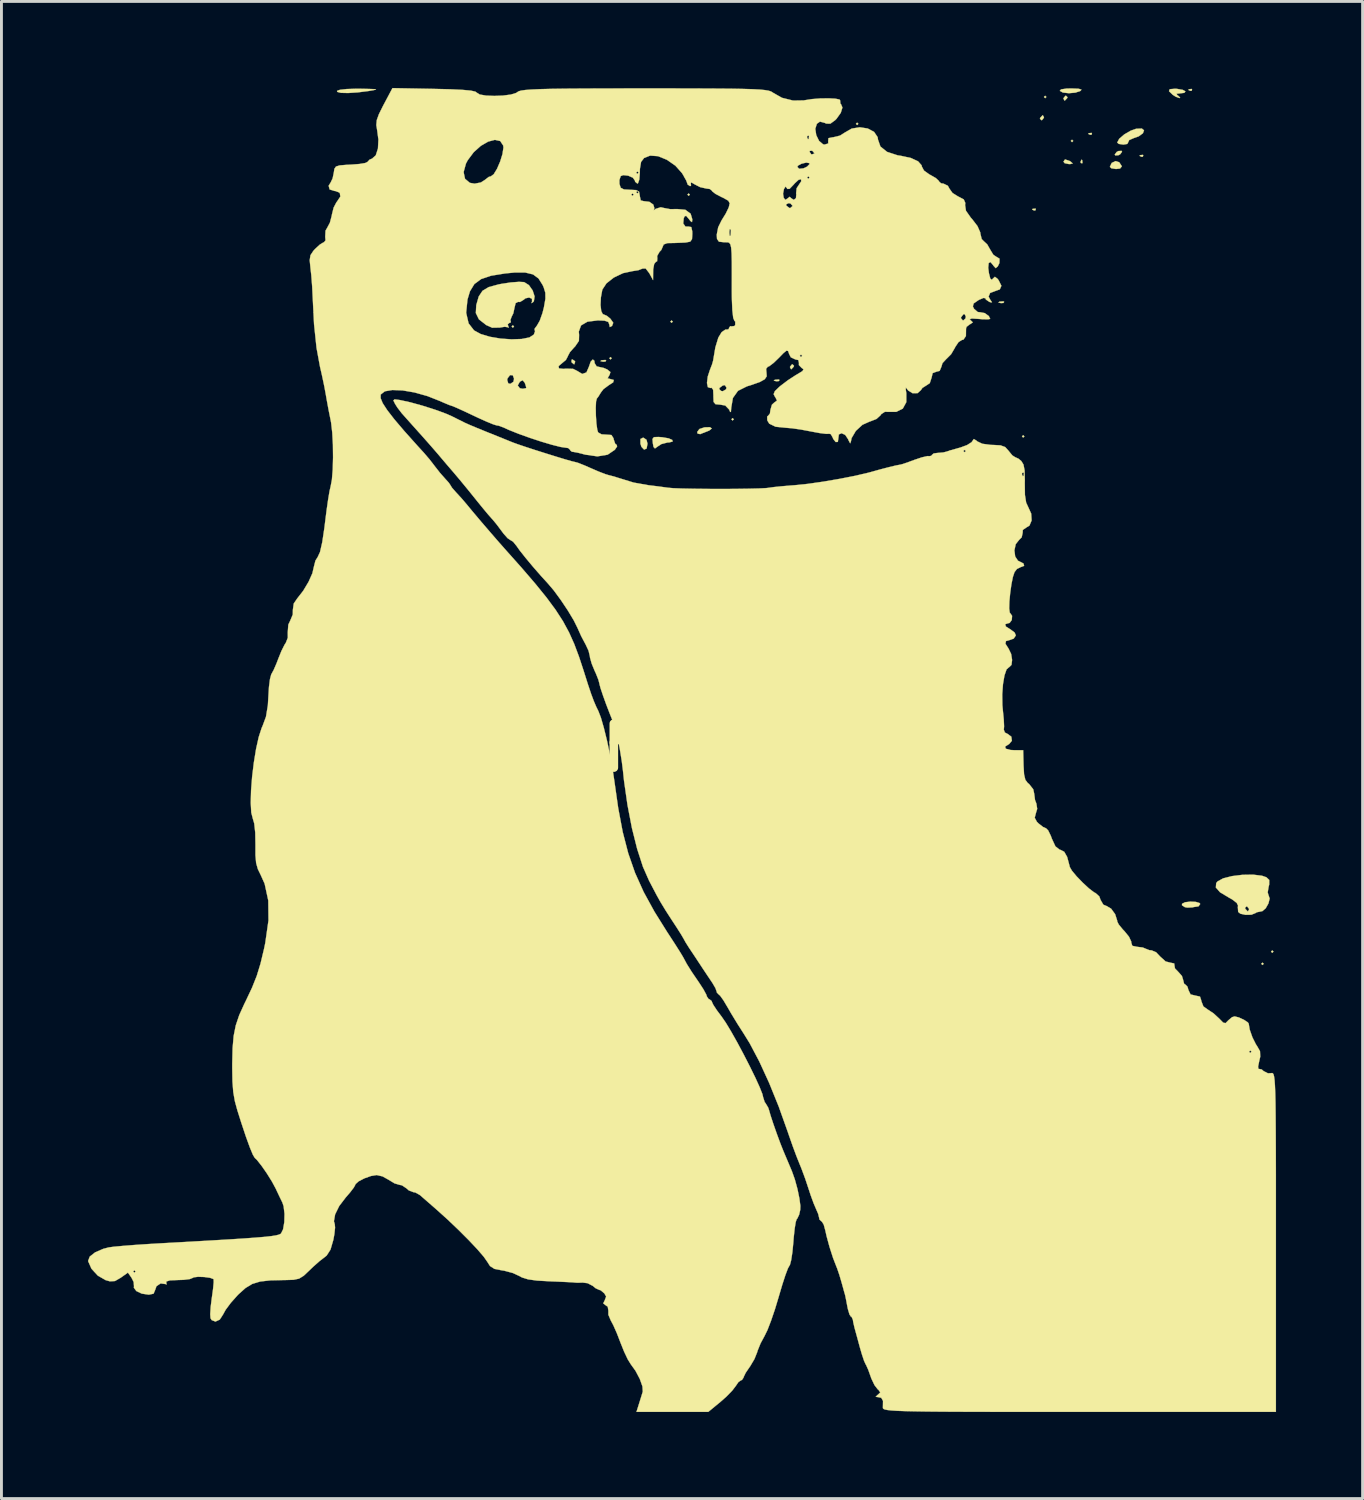
<source format=kicad_pcb>
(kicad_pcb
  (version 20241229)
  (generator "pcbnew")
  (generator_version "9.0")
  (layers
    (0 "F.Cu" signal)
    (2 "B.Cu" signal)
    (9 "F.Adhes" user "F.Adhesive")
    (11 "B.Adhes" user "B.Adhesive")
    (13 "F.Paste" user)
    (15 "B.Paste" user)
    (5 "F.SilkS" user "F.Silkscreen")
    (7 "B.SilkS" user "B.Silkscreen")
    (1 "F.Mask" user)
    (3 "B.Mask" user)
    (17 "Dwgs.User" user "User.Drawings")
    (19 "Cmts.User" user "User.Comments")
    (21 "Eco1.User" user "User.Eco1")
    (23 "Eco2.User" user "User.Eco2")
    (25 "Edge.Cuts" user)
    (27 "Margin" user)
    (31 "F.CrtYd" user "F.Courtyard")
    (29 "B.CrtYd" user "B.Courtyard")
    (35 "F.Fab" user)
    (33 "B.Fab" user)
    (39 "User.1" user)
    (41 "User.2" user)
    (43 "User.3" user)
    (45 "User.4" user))
  (footprint "rat_hold"
    (layer "F.Cu")
    (at 18.161 22.876)
    (property "Reference" "rat_hold" (at 0 0 0) (layer "F.SilkS") (effects (font (size 1.524 1.524) (thickness 0.3))))
    (attr through_hole)
    (fp_poly (pts (xy -3.387 -14.605) (xy -3.429 -14.563) (xy -3.471 -14.605) (xy -3.429 -14.647) (xy -3.387 -14.605)) (stroke (width 0.01) (type solid)) (fill yes) (layer "F.SilkS"))
    (fp_poly (pts (xy 0 -13.504) (xy -0.042 -13.462) (xy -0.085 -13.504) (xy -0.042 -13.547) (xy 0 -13.504)) (stroke (width 0.01) (type solid)) (fill yes) (layer "F.SilkS"))
    (fp_poly (pts (xy 2.117 -14.774) (xy 2.074 -14.732) (xy 2.032 -14.774) (xy 2.074 -14.817) (xy 2.117 -14.774)) (stroke (width 0.01) (type solid)) (fill yes) (layer "F.SilkS"))
    (fp_poly (pts (xy 2.709 -19.177) (xy 2.667 -19.135) (xy 2.625 -19.177) (xy 2.667 -19.219) (xy 2.709 -19.177)) (stroke (width 0.01) (type solid)) (fill yes) (layer "F.SilkS"))
    (fp_poly (pts (xy 4.233 -11.388) (xy 4.191 -11.345) (xy 4.149 -11.388) (xy 4.191 -11.43) (xy 4.233 -11.388)) (stroke (width 0.01) (type solid)) (fill yes) (layer "F.SilkS"))
    (fp_poly (pts (xy 8.551 -21.632) (xy 8.509 -21.59) (xy 8.467 -21.632) (xy 8.509 -21.675) (xy 8.551 -21.632)) (stroke (width 0.01) (type solid)) (fill yes) (layer "F.SilkS"))
    (fp_poly (pts (xy 14.309 -10.795) (xy 14.266 -10.753) (xy 14.224 -10.795) (xy 14.266 -10.837) (xy 14.309 -10.795)) (stroke (width 0.01) (type solid)) (fill yes) (layer "F.SilkS"))
    (fp_poly (pts (xy 15.071 -22.564) (xy 15.028 -22.521) (xy 14.986 -22.564) (xy 15.028 -22.606) (xy 15.071 -22.564)) (stroke (width 0.01) (type solid)) (fill yes) (layer "F.SilkS"))
    (fp_poly (pts (xy 16.002 -21.04) (xy 15.96 -20.997) (xy 15.917 -21.04) (xy 15.96 -21.082) (xy 16.002 -21.04)) (stroke (width 0.01) (type solid)) (fill yes) (layer "F.SilkS"))
    (fp_poly (pts (xy 22.606 7.493) (xy 22.564 7.535) (xy 22.521 7.493) (xy 22.564 7.451) (xy 22.606 7.493)) (stroke (width 0.01) (type solid)) (fill yes) (layer "F.SilkS"))
    (fp_poly (pts (xy 22.945 7.07) (xy 22.902 7.112) (xy 22.86 7.07) (xy 22.902 7.027) (xy 22.945 7.07)) (stroke (width 0.01) (type solid)) (fill yes) (layer "F.SilkS"))
    (fp_poly (pts (xy -0.192 -13.428) (xy -0.218 -13.39) (xy -0.303 -13.384) (xy -0.394 -13.405) (xy -0.355 -13.435) (xy -0.222 -13.445) (xy -0.192 -13.428)) (stroke (width 0.01) (type solid)) (fill yes) (layer "F.SilkS"))
    (fp_poly (pts (xy 5.819 -12.751) (xy 5.794 -12.713) (xy 5.708 -12.707) (xy 5.618 -12.727) (xy 5.657 -12.758) (xy 5.789 -12.768) (xy 5.819 -12.751)) (stroke (width 0.01) (type solid)) (fill yes) (layer "F.SilkS"))
    (fp_poly (pts (xy 13.608 -15.46) (xy 13.583 -15.422) (xy 13.497 -15.416) (xy 13.407 -15.437) (xy 13.446 -15.467) (xy 13.578 -15.477) (xy 13.608 -15.46)) (stroke (width 0.01) (type solid)) (fill yes) (layer "F.SilkS"))
    (fp_poly (pts (xy 14.704 -18.683) (xy 14.692 -18.633) (xy 14.647 -18.627) (xy 14.578 -18.658) (xy 14.591 -18.683) (xy 14.691 -18.693) (xy 14.704 -18.683)) (stroke (width 0.01) (type solid)) (fill yes) (layer "F.SilkS"))
    (fp_poly (pts (xy 16.312 -20.376) (xy 16.323 -20.276) (xy 16.312 -20.264) (xy 16.262 -20.275) (xy 16.256 -20.32) (xy 16.287 -20.39) (xy 16.312 -20.376)) (stroke (width 0.01) (type solid)) (fill yes) (layer "F.SilkS"))
    (fp_poly (pts (xy 16.651 -21.308) (xy 16.639 -21.257) (xy 16.595 -21.251) (xy 16.525 -21.282) (xy 16.538 -21.308) (xy 16.639 -21.318) (xy 16.651 -21.308)) (stroke (width 0.01) (type solid)) (fill yes) (layer "F.SilkS"))
    (fp_poly (pts (xy 18.429 -20.546) (xy 18.417 -20.495) (xy 18.373 -20.489) (xy 18.303 -20.52) (xy 18.316 -20.546) (xy 18.417 -20.556) (xy 18.429 -20.546)) (stroke (width 0.01) (type solid)) (fill yes) (layer "F.SilkS"))
    (fp_poly (pts (xy 20.122 -22.832) (xy 20.111 -22.781) (xy 20.066 -22.775) (xy 19.996 -22.806) (xy 20.01 -22.832) (xy 20.11 -22.842) (xy 20.122 -22.832)) (stroke (width 0.01) (type solid)) (fill yes) (layer "F.SilkS"))
    (fp_poly (pts (xy -1.273 -13.401) (xy -1.27 -13.377) (xy -1.299 -13.295) (xy -1.307 -13.293) (xy -1.38 -13.352) (xy -1.397 -13.377) (xy -1.39 -13.455) (xy -1.36 -13.462) (xy -1.273 -13.401)) (stroke (width 0.01) (type solid)) (fill yes) (layer "F.SilkS"))
    (fp_poly (pts (xy 1.206 -10.678) (xy 1.24 -10.541) (xy 1.209 -10.373) (xy 1.122 -10.336) (xy 1.03 -10.432) (xy 0.995 -10.541) (xy 0.995 -10.705) (xy 1.091 -10.753) (xy 1.206 -10.678)) (stroke (width 0.01) (type solid)) (fill yes) (layer "F.SilkS"))
    (fp_poly (pts (xy 6.321 -13.241) (xy 6.308 -13.208) (xy 6.232 -13.127) (xy 6.218 -13.123) (xy 6.182 -13.189) (xy 6.181 -13.208) (xy 6.246 -13.289) (xy 6.27 -13.293) (xy 6.321 -13.241)) (stroke (width 0.01) (type solid)) (fill yes) (layer "F.SilkS"))
    (fp_poly (pts (xy 14.985 -21.863) (xy 14.986 -21.844) (xy 14.921 -21.763) (xy 14.896 -21.759) (xy 14.846 -21.811) (xy 14.859 -21.844) (xy 14.935 -21.925) (xy 14.949 -21.929) (xy 14.985 -21.863)) (stroke (width 0.01) (type solid)) (fill yes) (layer "F.SilkS"))
    (fp_poly (pts (xy 15.804 -22.554) (xy 15.79 -22.521) (xy 15.714 -22.441) (xy 15.701 -22.437) (xy 15.664 -22.502) (xy 15.663 -22.521) (xy 15.728 -22.603) (xy 15.753 -22.606) (xy 15.804 -22.554)) (stroke (width 0.01) (type solid)) (fill yes) (layer "F.SilkS"))
    (fp_poly (pts (xy 15.871 -20.348) (xy 15.917 -20.32) (xy 15.984 -20.258) (xy 15.9 -20.238) (xy 15.854 -20.237) (xy 15.705 -20.267) (xy 15.663 -20.32) (xy 15.717 -20.399) (xy 15.871 -20.348)) (stroke (width 0.01) (type solid)) (fill yes) (layer "F.SilkS"))
    (fp_poly (pts (xy 17.596 -20.301) (xy 17.689 -20.16) (xy 17.626 -20.082) (xy 17.484 -20.066) (xy 17.324 -20.091) (xy 17.272 -20.14) (xy 17.335 -20.277) (xy 17.472 -20.341) (xy 17.596 -20.301)) (stroke (width 0.01) (type solid)) (fill yes) (layer "F.SilkS"))
    (fp_poly (pts (xy 17.695 -20.665) (xy 17.628 -20.575) (xy 17.568 -20.543) (xy 17.459 -20.537) (xy 17.441 -20.568) (xy 17.509 -20.658) (xy 17.568 -20.689) (xy 17.678 -20.695) (xy 17.695 -20.665)) (stroke (width 0.01) (type solid)) (fill yes) (layer "F.SilkS"))
    (fp_poly (pts (xy 3.469 -11.07) (xy 3.384 -10.999) (xy 3.323 -10.974) (xy 3.137 -10.902) (xy 3.069 -10.873) (xy 2.977 -10.892) (xy 2.963 -10.948) (xy 3.04 -11.051) (xy 3.217 -11.109) (xy 3.407 -11.114) (xy 3.469 -11.07)) (stroke (width 0.01) (type solid)) (fill yes) (layer "F.SilkS"))
    (fp_poly (pts (xy 16.189 -22.849) (xy 16.287 -22.819) (xy 16.256 -22.775) (xy 16.078 -22.714) (xy 15.849 -22.694) (xy 15.643 -22.717) (xy 15.536 -22.775) (xy 15.579 -22.827) (xy 15.77 -22.855) (xy 15.934 -22.859) (xy 16.189 -22.849)) (stroke (width 0.01) (type solid)) (fill yes) (layer "F.SilkS"))
    (fp_poly (pts (xy 20.254 5.346) (xy 20.384 5.386) (xy 20.405 5.419) (xy 20.345 5.501) (xy 20.327 5.503) (xy 20.178 5.525) (xy 20.136 5.536) (xy 19.959 5.544) (xy 19.874 5.529) (xy 19.772 5.463) (xy 19.774 5.412) (xy 19.879 5.358) (xy 20.063 5.336) (xy 20.254 5.346)) (stroke (width 0.01) (type solid)) (fill yes) (layer "F.SilkS"))
    (fp_poly (pts (xy -8.737 -22.849) (xy -8.397 -22.842) (xy -8.213 -22.834) (xy -8.173 -22.82) (xy -8.264 -22.798) (xy -8.424 -22.771) (xy -8.812 -22.722) (xy -9.143 -22.701) (xy -9.389 -22.707) (xy -9.518 -22.74) (xy -9.525 -22.775) (xy -9.421 -22.813) (xy -9.188 -22.839) (xy -8.865 -22.849) (xy -8.737 -22.849)) (stroke (width 0.01) (type solid)) (fill yes) (layer "F.SilkS"))
    (fp_poly (pts (xy 1.753 -10.765) (xy 1.973 -10.727) (xy 2.1 -10.671) (xy 2.112 -10.616) (xy 1.989 -10.585) (xy 1.933 -10.583) (xy 1.721 -10.528) (xy 1.604 -10.452) (xy 1.499 -10.376) (xy 1.449 -10.428) (xy 1.425 -10.558) (xy 1.413 -10.705) (xy 1.463 -10.769) (xy 1.618 -10.775) (xy 1.753 -10.765)) (stroke (width 0.01) (type solid)) (fill yes) (layer "F.SilkS"))
    (fp_poly (pts (xy 18.457 -21.407) (xy 18.418 -21.305) (xy 18.273 -21.199) (xy 18.094 -21.135) (xy 17.942 -21.07) (xy 17.909 -20.995) (xy 17.876 -20.935) (xy 17.743 -20.913) (xy 17.581 -20.936) (xy 17.526 -20.983) (xy 17.596 -21.114) (xy 17.771 -21.265) (xy 17.997 -21.396) (xy 18.182 -21.461) (xy 18.381 -21.469) (xy 18.457 -21.407)) (stroke (width 0.01) (type solid)) (fill yes) (layer "F.SilkS"))
    (fp_poly (pts (xy 19.6 -22.845) (xy 19.803 -22.81) (xy 19.893 -22.756) (xy 19.854 -22.707) (xy 19.706 -22.689) (xy 19.582 -22.676) (xy 19.613 -22.626) (xy 19.643 -22.606) (xy 19.71 -22.54) (xy 19.685 -22.525) (xy 19.555 -22.573) (xy 19.452 -22.639) (xy 19.322 -22.765) (xy 19.347 -22.833) (xy 19.531 -22.849) (xy 19.6 -22.845)) (stroke (width 0.01) (type solid)) (fill yes) (layer "F.SilkS"))
    (fp_poly (pts (xy -3.036 -16.144) (xy -2.871 -16.04) (xy -2.742 -15.855) (xy -2.675 -15.65) (xy -2.699 -15.484) (xy -2.722 -15.455) (xy -2.785 -15.413) (xy -2.765 -15.464) (xy -2.766 -15.566) (xy -2.865 -15.61) (xy -2.995 -15.581) (xy -3.048 -15.536) (xy -3.18 -15.455) (xy -3.247 -15.459) (xy -3.331 -15.418) (xy -3.368 -15.272) (xy -3.412 -15.063) (xy -3.471 -14.944) (xy -3.515 -14.826) (xy -3.499 -14.788) (xy -3.509 -14.737) (xy -3.547 -14.732) (xy -3.607 -14.678) (xy -3.59 -14.626) (xy -3.568 -14.562) (xy -3.591 -14.576) (xy -3.71 -14.596) (xy -3.88 -14.568) (xy -4.146 -14.563) (xy -4.354 -14.656) (xy -4.606 -14.854) (xy -4.712 -15.072) (xy -4.697 -15.349) (xy -4.612 -15.646) (xy -4.481 -15.843) (xy -4.267 -15.971) (xy -3.93 -16.063) (xy -3.828 -16.083) (xy -3.501 -16.133) (xy -3.216 -16.154) (xy -3.036 -16.144)) (stroke (width 0.01) (type solid)) (fill yes) (layer "F.SilkS"))
    (fp_poly (pts (xy 22.546 4.439) (xy 22.699 4.492) (xy 22.798 4.585) (xy 22.797 4.743) (xy 22.776 4.825) (xy 22.745 5.017) (xy 22.776 5.123) (xy 22.777 5.123) (xy 22.813 5.23) (xy 22.77 5.4) (xy 22.676 5.567) (xy 22.561 5.666) (xy 22.527 5.673) (xy 22.365 5.706) (xy 22.317 5.736) (xy 22.178 5.791) (xy 21.978 5.795) (xy 21.798 5.756) (xy 21.721 5.694) (xy 21.711 5.555) (xy 21.958 5.555) (xy 21.971 5.588) (xy 22.047 5.669) (xy 22.061 5.673) (xy 22.097 5.607) (xy 22.098 5.588) (xy 22.033 5.507) (xy 22.008 5.503) (xy 21.958 5.555) (xy 21.711 5.555) (xy 21.708 5.519) (xy 21.718 5.482) (xy 21.672 5.383) (xy 21.506 5.256) (xy 21.401 5.198) (xy 21.093 5.013) (xy 20.947 4.848) (xy 20.959 4.695) (xy 21.004 4.638) (xy 21.199 4.53) (xy 21.506 4.452) (xy 21.87 4.407) (xy 22.235 4.401) (xy 22.546 4.439)) (stroke (width 0.01) (type solid)) (fill yes) (layer "F.SilkS"))
    (fp_poly (pts (xy -7.35 -12.056) (xy -7.344 -12.055) (xy -6.987 -11.977) (xy -6.559 -11.859) (xy -6.126 -11.721) (xy -5.749 -11.583) (xy -5.546 -11.494) (xy -5.306 -11.374) (xy -5.115 -11.279) (xy -5.074 -11.259) (xy -4.937 -11.198) (xy -4.689 -11.094) (xy -4.376 -10.966) (xy -4.27 -10.923) (xy -3.94 -10.791) (xy -3.654 -10.675) (xy -3.461 -10.597) (xy -3.429 -10.584) (xy -3.258 -10.522) (xy -2.983 -10.429) (xy -2.642 -10.318) (xy -2.272 -10.201) (xy -1.912 -10.089) (xy -1.6 -9.994) (xy -1.373 -9.93) (xy -1.27 -9.906) (xy -1.155 -9.873) (xy -0.939 -9.787) (xy -0.729 -9.695) (xy -0.452 -9.575) (xy -0.22 -9.486) (xy -0.112 -9.453) (xy 0.094 -9.4) (xy 0.169 -9.375) (xy 0.759 -9.194) (xy 1.274 -9.102) (xy 1.589 -9.064) (xy 1.892 -9.023) (xy 1.947 -9.015) (xy 2.134 -8.999) (xy 2.449 -8.987) (xy 2.858 -8.979) (xy 3.328 -8.974) (xy 3.822 -8.972) (xy 4.307 -8.975) (xy 4.749 -8.981) (xy 5.112 -8.99) (xy 5.362 -9.003) (xy 5.446 -9.013) (xy 5.614 -9.037) (xy 5.898 -9.066) (xy 6.244 -9.095) (xy 6.35 -9.103) (xy 6.793 -9.148) (xy 7.331 -9.225) (xy 7.903 -9.323) (xy 8.448 -9.43) (xy 8.672 -9.483) (xy 14.224 -9.483) (xy 14.255 -9.413) (xy 14.28 -9.426) (xy 14.291 -9.527) (xy 14.28 -9.539) (xy 14.23 -9.527) (xy 14.224 -9.483) (xy 8.672 -9.483) (xy 8.904 -9.537) (xy 9.017 -9.568) (xy 9.329 -9.655) (xy 9.626 -9.732) (xy 9.86 -9.788) (xy 9.985 -9.811) (xy 9.991 -9.811) (xy 10.087 -9.836) (xy 10.291 -9.906) (xy 10.491 -9.98) (xy 10.75 -10.067) (xy 10.946 -10.112) (xy 11.02 -10.11) (xy 11.088 -10.123) (xy 11.091 -10.143) (xy 11.163 -10.204) (xy 11.282 -10.22) (xy 11.494 -10.238) (xy 11.599 -10.264) (xy 11.672 -10.287) (xy 12.192 -10.287) (xy 12.234 -10.245) (xy 12.277 -10.287) (xy 12.234 -10.329) (xy 12.192 -10.287) (xy 11.672 -10.287) (xy 11.757 -10.314) (xy 11.999 -10.384) (xy 12.091 -10.409) (xy 12.322 -10.495) (xy 12.476 -10.593) (xy 12.501 -10.628) (xy 12.555 -10.704) (xy 12.647 -10.648) (xy 12.672 -10.623) (xy 12.85 -10.539) (xy 13.142 -10.5) (xy 13.212 -10.499) (xy 13.481 -10.484) (xy 13.643 -10.425) (xy 13.759 -10.297) (xy 13.766 -10.287) (xy 13.89 -10.136) (xy 13.986 -10.075) (xy 14.105 -10.021) (xy 14.202 -9.94) (xy 14.277 -9.817) (xy 14.316 -9.613) (xy 14.324 -9.289) (xy 14.322 -9.173) (xy 14.327 -8.767) (xy 14.37 -8.496) (xy 14.434 -8.359) (xy 14.544 -8.118) (xy 14.559 -7.881) (xy 14.485 -7.703) (xy 14.387 -7.643) (xy 14.253 -7.551) (xy 14.248 -7.452) (xy 14.215 -7.295) (xy 14.128 -7.209) (xy 14.008 -7.058) (xy 13.962 -6.843) (xy 13.989 -6.63) (xy 14.087 -6.483) (xy 14.139 -6.459) (xy 14.278 -6.387) (xy 14.299 -6.306) (xy 14.191 -6.265) (xy 14.185 -6.265) (xy 14.051 -6.198) (xy 13.967 -6.091) (xy 13.91 -5.922) (xy 13.858 -5.664) (xy 13.816 -5.364) (xy 13.788 -5.069) (xy 13.781 -4.827) (xy 13.8 -4.687) (xy 13.813 -4.671) (xy 13.882 -4.573) (xy 13.871 -4.429) (xy 13.796 -4.327) (xy 13.758 -4.318) (xy 13.643 -4.284) (xy 13.667 -4.202) (xy 13.822 -4.105) (xy 13.969 -3.995) (xy 14.012 -3.895) (xy 13.94 -3.785) (xy 13.822 -3.741) (xy 13.669 -3.697) (xy 13.652 -3.605) (xy 13.761 -3.434) (xy 13.849 -3.251) (xy 13.882 -3.043) (xy 13.861 -2.871) (xy 13.783 -2.794) (xy 13.777 -2.794) (xy 13.69 -2.716) (xy 13.618 -2.507) (xy 13.566 -2.205) (xy 13.54 -1.849) (xy 13.545 -1.476) (xy 13.563 -1.283) (xy 13.593 -0.982) (xy 13.604 -0.743) (xy 13.595 -0.622) (xy 13.633 -0.526) (xy 13.722 -0.482) (xy 13.855 -0.384) (xy 13.875 -0.24) (xy 13.775 -0.123) (xy 13.758 -0.115) (xy 13.637 -0.036) (xy 13.667 0.036) (xy 13.831 0.079) (xy 13.949 0.085) (xy 14.266 0.086) (xy 14.279 0.613) (xy 14.297 0.922) (xy 14.341 1.111) (xy 14.426 1.225) (xy 14.47 1.257) (xy 14.616 1.443) (xy 14.649 1.598) (xy 14.677 1.814) (xy 14.725 1.94) (xy 14.752 2.12) (xy 14.71 2.259) (xy 14.666 2.428) (xy 14.742 2.569) (xy 14.799 2.626) (xy 14.955 2.748) (xy 15.06 2.794) (xy 15.133 2.867) (xy 15.223 3.051) (xy 15.261 3.154) (xy 15.383 3.419) (xy 15.529 3.534) (xy 15.556 3.54) (xy 15.689 3.607) (xy 15.79 3.784) (xy 15.874 4.098) (xy 15.882 4.135) (xy 15.957 4.265) (xy 16.12 4.461) (xy 16.33 4.678) (xy 16.544 4.876) (xy 16.72 5.011) (xy 16.78 5.042) (xy 16.905 5.155) (xy 16.949 5.275) (xy 17.045 5.442) (xy 17.155 5.487) (xy 17.316 5.581) (xy 17.455 5.772) (xy 17.525 5.991) (xy 17.526 6.022) (xy 17.581 6.131) (xy 17.72 6.3) (xy 17.782 6.365) (xy 17.936 6.555) (xy 18.013 6.721) (xy 18.015 6.76) (xy 18.05 6.869) (xy 18.22 6.904) (xy 18.221 6.904) (xy 18.413 6.927) (xy 18.511 6.968) (xy 18.638 7.019) (xy 18.723 7.027) (xy 18.877 7.093) (xy 19.015 7.239) (xy 19.205 7.411) (xy 19.361 7.451) (xy 19.503 7.48) (xy 19.511 7.542) (xy 19.529 7.652) (xy 19.633 7.759) (xy 19.771 7.915) (xy 19.812 8.048) (xy 19.846 8.183) (xy 19.891 8.213) (xy 19.963 8.285) (xy 19.997 8.403) (xy 20.07 8.554) (xy 20.235 8.594) (xy 20.397 8.629) (xy 20.441 8.761) (xy 20.441 8.778) (xy 20.514 8.968) (xy 20.653 9.069) (xy 20.867 9.211) (xy 21.064 9.392) (xy 21.2 9.531) (xy 21.283 9.55) (xy 21.369 9.463) (xy 21.369 9.461) (xy 21.509 9.343) (xy 21.599 9.316) (xy 21.747 9.353) (xy 21.923 9.435) (xy 22.056 9.523) (xy 22.086 9.567) (xy 22.121 9.775) (xy 22.215 10.043) (xy 22.337 10.286) (xy 22.373 10.339) (xy 22.478 10.523) (xy 22.486 10.713) (xy 22.45 10.869) (xy 22.412 11.054) (xy 22.421 11.137) (xy 22.434 11.136) (xy 22.537 11.155) (xy 22.6 11.211) (xy 22.754 11.289) (xy 22.863 11.284) (xy 22.895 11.279) (xy 22.923 11.289) (xy 22.947 11.326) (xy 22.966 11.401) (xy 22.983 11.526) (xy 22.996 11.713) (xy 23.007 11.973) (xy 23.015 12.318) (xy 23.02 12.76) (xy 23.024 13.31) (xy 23.027 13.98) (xy 23.029 14.781) (xy 23.029 15.725) (xy 23.029 16.824) (xy 23.029 17.135) (xy 23.029 23.029) (xy 16.208 23.029) (xy 14.973 23.029) (xy 13.896 23.029) (xy 12.967 23.027) (xy 12.174 23.025) (xy 11.508 23.022) (xy 10.957 23.017) (xy 10.51 23.01) (xy 10.158 23.002) (xy 9.888 22.992) (xy 9.69 22.979) (xy 9.553 22.963) (xy 9.467 22.945) (xy 9.421 22.924) (xy 9.403 22.899) (xy 9.402 22.881) (xy 9.406 22.648) (xy 9.345 22.54) (xy 9.25 22.52) (xy 9.152 22.506) (xy 9.211 22.446) (xy 9.229 22.434) (xy 9.311 22.353) (xy 9.251 22.269) (xy 9.221 22.245) (xy 9.11 22.1) (xy 9.001 21.87) (xy 8.977 21.802) (xy 8.894 21.569) (xy 8.82 21.404) (xy 8.803 21.378) (xy 8.748 21.256) (xy 8.671 21.024) (xy 8.602 20.786) (xy 8.521 20.486) (xy 8.451 20.232) (xy 8.417 20.108) (xy 8.373 19.917) (xy 8.361 19.833) (xy 8.316 19.734) (xy 8.294 19.727) (xy 8.244 19.653) (xy 8.188 19.464) (xy 8.168 19.367) (xy 8.125 19.138) (xy 8.094 18.988) (xy 8.088 18.965) (xy 8.059 18.865) (xy 8.003 18.66) (xy 7.97 18.542) (xy 7.89 18.272) (xy 7.813 18.047) (xy 7.79 17.992) (xy 7.675 17.695) (xy 7.553 17.316) (xy 7.45 16.938) (xy 7.406 16.74) (xy 7.351 16.538) (xy 7.286 16.43) (xy 7.272 16.425) (xy 7.202 16.358) (xy 7.196 16.32) (xy 7.16 16.169) (xy 7.088 16.002) (xy 7.004 15.806) (xy 6.899 15.52) (xy 6.821 15.282) (xy 6.706 14.937) (xy 6.579 14.594) (xy 6.506 14.415) (xy 6.406 14.166) (xy 6.277 13.819) (xy 6.143 13.437) (xy 6.101 13.314) (xy 5.791 12.445) (xy 5.458 11.623) (xy 5.117 10.88) (xy 4.938 10.541) (xy 22.098 10.541) (xy 22.14 10.583) (xy 22.183 10.541) (xy 22.14 10.499) (xy 22.098 10.541) (xy 4.938 10.541) (xy 4.784 10.249) (xy 4.572 9.906) (xy 4.357 9.57) (xy 4.136 9.206) (xy 4.015 8.996) (xy 3.874 8.76) (xy 3.759 8.599) (xy 3.704 8.551) (xy 3.643 8.486) (xy 3.641 8.463) (xy 3.596 8.337) (xy 3.49 8.154) (xy 3.484 8.146) (xy 3.343 7.936) (xy 3.164 7.668) (xy 3.082 7.543) (xy 2.908 7.279) (xy 2.747 7.037) (xy 2.689 6.951) (xy 2.564 6.753) (xy 2.483 6.607) (xy 2.408 6.478) (xy 2.267 6.256) (xy 2.091 5.987) (xy 2.081 5.972) (xy 1.878 5.658) (xy 1.688 5.345) (xy 1.563 5.122) (xy 1.432 4.873) (xy 1.321 4.661) (xy 1.296 4.614) (xy 1.083 4.131) (xy 0.882 3.511) (xy 0.7 2.785) (xy 0.546 1.985) (xy 0.426 1.144) (xy 0.39 0.804) (xy 0.349 0.475) (xy 0.288 0.097) (xy 0.218 -0.275) (xy 0.148 -0.589) (xy 0.088 -0.793) (xy 0.084 -0.804) (xy -0.052 -1.139) (xy -0.187 -1.488) (xy -0.303 -1.81) (xy -0.388 -2.064) (xy -0.426 -2.208) (xy -0.426 -2.216) (xy -0.463 -2.357) (xy -0.551 -2.578) (xy -0.593 -2.667) (xy -0.695 -2.916) (xy -0.754 -3.127) (xy -0.759 -3.175) (xy -0.804 -3.363) (xy -0.909 -3.588) (xy -0.915 -3.598) (xy -1.056 -3.863) (xy -1.183 -4.146) (xy -1.184 -4.149) (xy -1.315 -4.413) (xy -1.519 -4.753) (xy -1.761 -5.116) (xy -2.005 -5.449) (xy -2.203 -5.683) (xy -2.459 -5.964) (xy -2.732 -6.277) (xy -2.986 -6.582) (xy -3.19 -6.839) (xy -3.3 -6.995) (xy -3.42 -7.143) (xy -3.512 -7.199) (xy -3.61 -7.264) (xy -3.753 -7.425) (xy -3.81 -7.502) (xy -3.977 -7.726) (xy -4.129 -7.911) (xy -4.16 -7.944) (xy -4.276 -8.075) (xy -4.462 -8.298) (xy -4.682 -8.568) (xy -4.736 -8.636) (xy -4.995 -8.957) (xy -5.265 -9.285) (xy -5.49 -9.552) (xy -5.503 -9.567) (xy -5.718 -9.817) (xy -5.915 -10.049) (xy -6.008 -10.16) (xy -6.148 -10.322) (xy -6.36 -10.565) (xy -6.606 -10.842) (xy -6.67 -10.913) (xy -6.908 -11.179) (xy -7.116 -11.412) (xy -7.257 -11.57) (xy -7.281 -11.597) (xy -7.43 -11.791) (xy -7.513 -11.922) (xy -7.572 -12.042) (xy -7.528 -12.079) (xy -7.35 -12.056)) (stroke (width 0.01) (type solid)) (fill yes) (layer "F.SilkS"))
    (fp_poly (pts (xy -6.158 -22.844) (xy -5.586 -22.83) (xy -5.167 -22.81) (xy -4.886 -22.784) (xy -4.728 -22.749) (xy -4.678 -22.712) (xy -4.577 -22.649) (xy -4.359 -22.612) (xy -4.074 -22.6) (xy -3.771 -22.612) (xy -3.5 -22.647) (xy -3.312 -22.705) (xy -3.272 -22.733) (xy -3.224 -22.762) (xy -3.136 -22.786) (xy -2.994 -22.806) (xy -2.783 -22.822) (xy -2.491 -22.835) (xy -2.104 -22.845) (xy -1.608 -22.852) (xy -0.989 -22.856) (xy -0.235 -22.859) (xy 0.669 -22.86) (xy 1.136 -22.86) (xy 2.102 -22.86) (xy 2.914 -22.858) (xy 3.584 -22.855) (xy 4.127 -22.851) (xy 4.559 -22.843) (xy 4.891 -22.833) (xy 5.14 -22.82) (xy 5.318 -22.802) (xy 5.441 -22.781) (xy 5.523 -22.754) (xy 5.576 -22.723) (xy 5.588 -22.713) (xy 5.902 -22.535) (xy 6.288 -22.439) (xy 6.662 -22.445) (xy 6.689 -22.451) (xy 6.939 -22.49) (xy 7.229 -22.513) (xy 7.515 -22.517) (xy 7.752 -22.505) (xy 7.898 -22.476) (xy 7.92 -22.443) (xy 7.928 -22.333) (xy 7.949 -22.315) (xy 7.999 -22.198) (xy 7.942 -22.014) (xy 7.796 -21.809) (xy 7.747 -21.759) (xy 7.581 -21.638) (xy 7.438 -21.64) (xy 7.383 -21.666) (xy 7.22 -21.709) (xy 7.113 -21.634) (xy 7.058 -21.46) (xy 7.091 -21.241) (xy 7.189 -21.041) (xy 7.328 -20.923) (xy 7.382 -20.913) (xy 7.507 -20.952) (xy 7.505 -21.04) (xy 7.514 -21.136) (xy 7.661 -21.166) (xy 7.681 -21.167) (xy 7.914 -21.224) (xy 8.08 -21.329) (xy 8.321 -21.468) (xy 8.601 -21.513) (xy 8.875 -21.471) (xy 9.096 -21.354) (xy 9.22 -21.17) (xy 9.231 -21.09) (xy 9.316 -20.846) (xy 9.547 -20.66) (xy 9.911 -20.541) (xy 10.033 -20.522) (xy 10.373 -20.448) (xy 10.622 -20.333) (xy 10.745 -20.194) (xy 10.753 -20.15) (xy 10.827 -20.012) (xy 11.02 -19.874) (xy 11.049 -19.86) (xy 11.239 -19.751) (xy 11.34 -19.656) (xy 11.345 -19.639) (xy 11.416 -19.572) (xy 11.505 -19.558) (xy 11.654 -19.486) (xy 11.71 -19.384) (xy 11.816 -19.235) (xy 12.011 -19.113) (xy 12.022 -19.109) (xy 12.206 -19.012) (xy 12.26 -18.889) (xy 12.252 -18.817) (xy 12.282 -18.62) (xy 12.451 -18.378) (xy 12.5 -18.324) (xy 12.681 -18.088) (xy 12.777 -17.871) (xy 12.785 -17.814) (xy 12.828 -17.637) (xy 12.904 -17.56) (xy 13.019 -17.454) (xy 13.126 -17.266) (xy 13.231 -17.093) (xy 13.342 -17.018) (xy 13.345 -17.018) (xy 13.446 -16.957) (xy 13.442 -16.806) (xy 13.386 -16.69) (xy 13.313 -16.628) (xy 13.235 -16.713) (xy 13.224 -16.732) (xy 13.131 -16.841) (xy 13.07 -16.804) (xy 13.054 -16.642) (xy 13.078 -16.456) (xy 13.127 -16.263) (xy 13.18 -16.226) (xy 13.211 -16.261) (xy 13.285 -16.329) (xy 13.375 -16.262) (xy 13.413 -16.213) (xy 13.511 -16.017) (xy 13.456 -15.892) (xy 13.328 -15.846) (xy 13.12 -15.768) (xy 13.067 -15.643) (xy 13.122 -15.538) (xy 13.187 -15.443) (xy 13.125 -15.447) (xy 13.093 -15.459) (xy 12.974 -15.539) (xy 12.954 -15.584) (xy 12.891 -15.596) (xy 12.737 -15.531) (xy 12.71 -15.515) (xy 12.55 -15.404) (xy 12.522 -15.303) (xy 12.562 -15.219) (xy 12.691 -15.108) (xy 12.787 -15.097) (xy 12.934 -15.07) (xy 13.075 -14.968) (xy 13.123 -14.869) (xy 13.048 -14.853) (xy 12.856 -14.857) (xy 12.721 -14.868) (xy 12.487 -14.882) (xy 12.411 -14.86) (xy 12.444 -14.824) (xy 12.52 -14.749) (xy 12.441 -14.692) (xy 12.421 -14.685) (xy 12.303 -14.593) (xy 12.285 -14.532) (xy 12.281 -14.274) (xy 12.195 -14.149) (xy 12.145 -14.139) (xy 12.028 -14.068) (xy 11.911 -13.895) (xy 11.897 -13.864) (xy 11.767 -13.643) (xy 11.612 -13.487) (xy 11.605 -13.482) (xy 11.468 -13.334) (xy 11.43 -13.207) (xy 11.37 -13.066) (xy 11.261 -13.039) (xy 11.127 -12.988) (xy 11.091 -12.833) (xy 11.028 -12.641) (xy 10.93 -12.575) (xy 10.772 -12.475) (xy 10.721 -12.4) (xy 10.607 -12.295) (xy 10.434 -12.291) (xy 10.278 -12.386) (xy 10.25 -12.425) (xy 10.198 -12.491) (xy 10.195 -12.416) (xy 10.214 -12.299) (xy 10.214 -11.982) (xy 10.092 -11.757) (xy 9.867 -11.646) (xy 9.697 -11.645) (xy 9.471 -11.647) (xy 9.345 -11.566) (xy 9.318 -11.524) (xy 9.18 -11.399) (xy 8.963 -11.314) (xy 8.95 -11.312) (xy 8.693 -11.197) (xy 8.464 -10.986) (xy 8.317 -10.736) (xy 8.291 -10.608) (xy 8.267 -10.554) (xy 8.209 -10.662) (xy 8.197 -10.694) (xy 8.096 -10.846) (xy 7.971 -10.904) (xy 7.875 -10.863) (xy 7.857 -10.728) (xy 7.841 -10.604) (xy 7.765 -10.599) (xy 7.679 -10.708) (xy 7.662 -10.754) (xy 7.594 -10.874) (xy 7.544 -10.885) (xy 7.435 -10.882) (xy 7.209 -10.91) (xy 6.913 -10.965) (xy 6.894 -10.969) (xy 6.558 -11.032) (xy 6.252 -11.076) (xy 6.054 -11.092) (xy 5.683 -11.129) (xy 5.461 -11.236) (xy 5.392 -11.353) (xy 5.39 -11.484) (xy 5.427 -11.515) (xy 5.485 -11.587) (xy 5.503 -11.717) (xy 5.554 -11.894) (xy 5.64 -11.972) (xy 5.73 -12.035) (xy 5.681 -12.139) (xy 5.664 -12.16) (xy 5.613 -12.259) (xy 5.656 -12.363) (xy 5.814 -12.516) (xy 5.845 -12.542) (xy 6.107 -12.741) (xy 6.382 -12.92) (xy 6.435 -12.95) (xy 6.612 -13.058) (xy 6.65 -13.124) (xy 6.588 -13.166) (xy 6.489 -13.267) (xy 6.491 -13.342) (xy 6.47 -13.441) (xy 6.369 -13.462) (xy 6.209 -13.537) (xy 6.183 -13.589) (xy 6.519 -13.589) (xy 6.562 -13.547) (xy 6.604 -13.589) (xy 6.562 -13.631) (xy 6.519 -13.589) (xy 6.183 -13.589) (xy 6.151 -13.652) (xy 6.115 -13.755) (xy 6.059 -13.768) (xy 5.95 -13.678) (xy 5.802 -13.525) (xy 5.615 -13.344) (xy 5.463 -13.229) (xy 5.41 -13.208) (xy 5.353 -13.139) (xy 5.365 -13.01) (xy 5.374 -12.879) (xy 5.306 -12.776) (xy 5.136 -12.681) (xy 4.836 -12.575) (xy 4.687 -12.53) (xy 4.378 -12.375) (xy 4.201 -12.126) (xy 4.143 -11.786) (xy 4.132 -11.639) (xy 4.104 -11.648) (xy 4.07 -11.726) (xy 3.937 -11.865) (xy 3.759 -11.896) (xy 3.598 -11.911) (xy 3.532 -11.99) (xy 3.524 -12.183) (xy 3.525 -12.207) (xy 3.516 -12.413) (xy 3.497 -12.437) (xy 3.725 -12.437) (xy 3.794 -12.37) (xy 3.852 -12.361) (xy 3.965 -12.428) (xy 3.979 -12.486) (xy 3.923 -12.571) (xy 3.852 -12.561) (xy 3.74 -12.478) (xy 3.725 -12.437) (xy 3.497 -12.437) (xy 3.462 -12.481) (xy 3.419 -12.473) (xy 3.332 -12.502) (xy 3.302 -12.648) (xy 3.329 -12.87) (xy 3.403 -13.097) (xy 3.479 -13.293) (xy 3.515 -13.42) (xy 3.593 -13.881) (xy 3.696 -14.22) (xy 3.811 -14.409) (xy 3.943 -14.5) (xy 4.013 -14.501) (xy 4.06 -14.516) (xy 4.064 -14.554) (xy 4.111 -14.619) (xy 4.143 -14.609) (xy 4.25 -14.621) (xy 4.281 -14.655) (xy 4.282 -14.776) (xy 4.251 -14.806) (xy 4.218 -14.896) (xy 12.107 -14.896) (xy 12.172 -14.819) (xy 12.192 -14.817) (xy 12.266 -14.886) (xy 12.277 -14.949) (xy 12.236 -15.036) (xy 12.192 -15.028) (xy 12.111 -14.92) (xy 12.107 -14.896) (xy 4.218 -14.896) (xy 4.211 -14.914) (xy 4.182 -15.167) (xy 4.166 -15.543) (xy 4.163 -15.834) (xy 4.164 -16.41) (xy 4.163 -16.838) (xy 4.156 -17.141) (xy 4.141 -17.339) (xy 4.113 -17.455) (xy 4.07 -17.511) (xy 4.008 -17.527) (xy 3.923 -17.526) (xy 3.895 -17.526) (xy 3.717 -17.546) (xy 3.65 -17.642) (xy 3.641 -17.788) (xy 3.656 -17.865) (xy 4.077 -17.865) (xy 4.091 -17.744) (xy 4.12 -17.759) (xy 4.131 -17.932) (xy 4.12 -17.971) (xy 4.089 -17.981) (xy 4.077 -17.865) (xy 3.656 -17.865) (xy 3.691 -18.046) (xy 3.808 -18.285) (xy 3.953 -18.519) (xy 4.056 -18.732) (xy 4.083 -18.84) (xy 6.046 -18.84) (xy 6.054 -18.796) (xy 6.162 -18.715) (xy 6.186 -18.711) (xy 6.263 -18.776) (xy 6.265 -18.796) (xy 6.196 -18.87) (xy 6.133 -18.881) (xy 6.046 -18.84) (xy 4.083 -18.84) (xy 4.092 -18.873) (xy 4.042 -18.967) (xy 3.874 -19.063) (xy 3.804 -19.095) (xy 3.6 -19.202) (xy 3.592 -19.208) (xy 5.94 -19.208) (xy 5.963 -19.068) (xy 6.02 -18.996) (xy 6.09 -19.04) (xy 6.17 -19.104) (xy 6.218 -19.058) (xy 6.311 -18.996) (xy 6.388 -19.056) (xy 6.399 -19.195) (xy 6.393 -19.218) (xy 6.41 -19.398) (xy 6.484 -19.511) (xy 6.57 -19.64) (xy 6.564 -19.71) (xy 6.479 -19.691) (xy 6.344 -19.567) (xy 6.31 -19.527) (xy 6.168 -19.379) (xy 6.088 -19.374) (xy 6.074 -19.4) (xy 6.026 -19.458) (xy 5.97 -19.367) (xy 5.94 -19.208) (xy 3.592 -19.208) (xy 3.483 -19.293) (xy 3.471 -19.317) (xy 3.399 -19.373) (xy 3.279 -19.389) (xy 3.065 -19.437) (xy 2.883 -19.53) (xy 2.762 -19.6) (xy 2.739 -19.579) (xy 2.743 -19.573) (xy 2.749 -19.485) (xy 2.714 -19.473) (xy 2.628 -19.531) (xy 2.625 -19.552) (xy 2.582 -19.668) (xy 2.525 -19.77) (xy 6.773 -19.77) (xy 6.816 -19.727) (xy 6.858 -19.77) (xy 6.816 -19.812) (xy 6.773 -19.77) (xy 2.525 -19.77) (xy 2.476 -19.859) (xy 2.434 -19.926) (xy 2.243 -20.141) (xy 6.435 -20.141) (xy 6.498 -20.074) (xy 6.648 -20.089) (xy 6.771 -20.147) (xy 6.856 -20.234) (xy 6.852 -20.27) (xy 6.742 -20.288) (xy 6.581 -20.249) (xy 6.456 -20.181) (xy 6.435 -20.141) (xy 2.243 -20.141) (xy 2.208 -20.18) (xy 1.914 -20.385) (xy 1.606 -20.511) (xy 1.337 -20.53) (xy 1.317 -20.525) (xy 1.122 -20.448) (xy 1.017 -20.311) (xy 0.977 -20.07) (xy 0.974 -19.92) (xy 0.956 -19.7) (xy 0.911 -19.573) (xy 0.889 -19.56) (xy 0.81 -19.625) (xy 0.804 -19.664) (xy 0.733 -19.764) (xy 0.571 -19.835) (xy 0.399 -19.854) (xy 0.312 -19.82) (xy 0.266 -19.686) (xy 0.268 -19.547) (xy 0.311 -19.416) (xy 0.424 -19.358) (xy 0.633 -19.346) (xy 0.851 -19.335) (xy 0.948 -19.279) (xy 0.972 -19.15) (xy 0.972 -19.135) (xy 1.006 -18.977) (xy 1.122 -18.948) (xy 1.128 -18.949) (xy 1.306 -18.928) (xy 1.441 -18.833) (xy 1.479 -18.709) (xy 1.468 -18.681) (xy 1.458 -18.633) (xy 1.522 -18.684) (xy 1.699 -18.74) (xy 1.813 -18.714) (xy 2.028 -18.674) (xy 2.275 -18.677) (xy 2.553 -18.652) (xy 2.736 -18.516) (xy 2.794 -18.32) (xy 2.783 -18.224) (xy 2.728 -18.263) (xy 2.673 -18.335) (xy 2.578 -18.445) (xy 2.524 -18.419) (xy 2.496 -18.356) (xy 2.479 -18.176) (xy 2.559 -18.068) (xy 2.676 -18.068) (xy 2.759 -18.053) (xy 2.792 -17.905) (xy 2.794 -17.82) (xy 2.784 -17.635) (xy 2.722 -17.548) (xy 2.562 -17.517) (xy 2.434 -17.511) (xy 2.172 -17.501) (xy 1.963 -17.497) (xy 1.926 -17.496) (xy 1.801 -17.449) (xy 1.778 -17.395) (xy 1.719 -17.258) (xy 1.656 -17.192) (xy 1.575 -17.05) (xy 1.58 -16.969) (xy 1.573 -16.865) (xy 1.533 -16.849) (xy 1.472 -16.774) (xy 1.438 -16.588) (xy 1.436 -16.531) (xy 1.433 -16.214) (xy 1.303 -16.452) (xy 1.178 -16.615) (xy 1.074 -16.616) (xy 0.921 -16.556) (xy 0.72 -16.525) (xy 0.392 -16.455) (xy 0.074 -16.303) (xy -0.182 -16.103) (xy -0.324 -15.887) (xy -0.328 -15.875) (xy -0.376 -15.613) (xy -0.388 -15.352) (xy -0.364 -15.141) (xy -0.309 -15.033) (xy -0.29 -15.028) (xy -0.166 -14.974) (xy -0.046 -14.875) (xy 0.053 -14.734) (xy 0.011 -14.625) (xy -0.067 -14.584) (xy -0.085 -14.673) (xy -0.119 -14.763) (xy -0.249 -14.807) (xy -0.48 -14.817) (xy -0.842 -14.772) (xy -1.064 -14.642) (xy -1.142 -14.428) (xy -1.132 -14.315) (xy -1.138 -14.106) (xy -1.27 -13.913) (xy -1.303 -13.88) (xy -1.45 -13.714) (xy -1.521 -13.58) (xy -1.523 -13.569) (xy -1.589 -13.445) (xy -1.693 -13.358) (xy -1.842 -13.232) (xy -1.831 -13.153) (xy -1.667 -13.135) (xy -1.591 -13.144) (xy -1.34 -13.137) (xy -1.204 -13.069) (xy -1.022 -12.96) (xy -0.877 -13.013) (xy -0.792 -13.208) (xy -0.73 -13.386) (xy -0.656 -13.462) (xy -0.602 -13.417) (xy -0.593 -13.335) (xy -0.524 -13.224) (xy -0.46 -13.208) (xy -0.279 -13.169) (xy -0.158 -13.117) (xy -0.045 -13.025) (xy -0.078 -12.92) (xy -0.09 -12.906) (xy -0.142 -12.809) (xy -0.053 -12.785) (xy -0.053 -12.785) (xy 0.071 -12.751) (xy 0.05 -12.668) (xy -0.099 -12.572) (xy -0.287 -12.433) (xy -0.374 -12.319) (xy -0.468 -12.167) (xy -0.517 -12.107) (xy -0.544 -12.002) (xy -0.554 -11.785) (xy -0.549 -11.513) (xy -0.531 -11.241) (xy -0.501 -11.025) (xy -0.473 -10.934) (xy -0.351 -10.866) (xy -0.184 -10.856) (xy -0.009 -10.843) (xy 0.063 -10.728) (xy 0.069 -10.689) (xy 0.12 -10.54) (xy 0.174 -10.499) (xy 0.186 -10.446) (xy 0.108 -10.33) (xy -0.144 -10.16) (xy -0.496 -10.102) (xy -0.913 -10.161) (xy -0.939 -10.168) (xy -1.176 -10.229) (xy -1.341 -10.259) (xy -1.376 -10.26) (xy -1.438 -10.307) (xy -1.439 -10.324) (xy -1.509 -10.39) (xy -1.587 -10.401) (xy -1.775 -10.429) (xy -2.077 -10.505) (xy -2.45 -10.616) (xy -2.853 -10.749) (xy -3.242 -10.889) (xy -3.574 -11.022) (xy -3.745 -11.101) (xy -3.918 -11.165) (xy -3.99 -11.176) (xy -4.105 -11.211) (xy -4.333 -11.304) (xy -4.633 -11.439) (xy -4.794 -11.515) (xy -5.107 -11.663) (xy -5.36 -11.778) (xy -5.515 -11.844) (xy -5.545 -11.853) (xy -5.642 -11.886) (xy -5.837 -11.968) (xy -5.949 -12.018) (xy -6.392 -12.193) (xy -6.837 -12.318) (xy -7.251 -12.389) (xy -7.605 -12.403) (xy -7.867 -12.358) (xy -8.007 -12.249) (xy -8.011 -12.238) (xy -8.013 -12.12) (xy -7.941 -11.946) (xy -7.785 -11.706) (xy -7.538 -11.387) (xy -7.19 -10.978) (xy -6.733 -10.467) (xy -6.519 -10.233) (xy -6.319 -10) (xy -6.138 -9.765) (xy -5.955 -9.531) (xy -5.779 -9.332) (xy -5.647 -9.185) (xy -5.588 -9.096) (xy -5.588 -9.094) (xy -5.535 -9.01) (xy -5.407 -8.865) (xy -5.397 -8.854) (xy -5.201 -8.64) (xy -5.044 -8.456) (xy -4.82 -8.185) (xy -4.528 -7.839) (xy -4.212 -7.471) (xy -3.918 -7.132) (xy -3.715 -6.902) (xy -3.132 -6.248) (xy -2.653 -5.691) (xy -2.263 -5.21) (xy -1.947 -4.783) (xy -1.69 -4.386) (xy -1.479 -3.996) (xy -1.298 -3.592) (xy -1.133 -3.151) (xy -0.974 -2.667) (xy -0.828 -2.205) (xy -0.715 -1.868) (xy -0.622 -1.619) (xy -0.536 -1.418) (xy -0.463 -1.27) (xy -0.375 -1.042) (xy -0.273 -0.688) (xy -0.165 -0.249) (xy -0.063 0.233) (xy 0.026 0.716) (xy 0.087 1.127) (xy 0.224 2.091) (xy 0.381 2.923) (xy 0.572 3.66) (xy 0.809 4.34) (xy 1.106 5) (xy 1.477 5.678) (xy 1.934 6.41) (xy 2.006 6.519) (xy 2.2 6.818) (xy 2.362 7.073) (xy 2.466 7.245) (xy 2.486 7.281) (xy 2.601 7.495) (xy 2.774 7.772) (xy 3.027 8.143) (xy 3.178 8.375) (xy 3.277 8.557) (xy 3.302 8.63) (xy 3.363 8.717) (xy 3.387 8.721) (xy 3.468 8.785) (xy 3.471 8.808) (xy 3.521 8.915) (xy 3.649 9.109) (xy 3.811 9.325) (xy 3.955 9.534) (xy 4.14 9.841) (xy 4.352 10.217) (xy 4.572 10.629) (xy 4.786 11.046) (xy 4.977 11.436) (xy 5.128 11.767) (xy 5.224 12.009) (xy 5.249 12.117) (xy 5.304 12.288) (xy 5.336 12.329) (xy 5.427 12.483) (xy 5.458 12.579) (xy 5.51 12.76) (xy 5.604 13.045) (xy 5.722 13.381) (xy 5.845 13.714) (xy 5.954 13.99) (xy 5.964 14.012) (xy 6.061 14.242) (xy 6.186 14.538) (xy 6.25 14.69) (xy 6.349 14.969) (xy 6.439 15.298) (xy 6.506 15.623) (xy 6.541 15.888) (xy 6.536 16.023) (xy 6.505 16.16) (xy 6.498 16.192) (xy 6.434 16.326) (xy 6.414 16.346) (xy 6.38 16.446) (xy 6.343 16.674) (xy 6.309 16.989) (xy 6.297 17.15) (xy 6.264 17.492) (xy 6.222 17.767) (xy 6.179 17.932) (xy 6.161 17.96) (xy 6.108 18.057) (xy 6.022 18.285) (xy 5.916 18.611) (xy 5.8 19.002) (xy 5.787 19.047) (xy 5.658 19.475) (xy 5.523 19.871) (xy 5.399 20.192) (xy 5.301 20.392) (xy 5.16 20.654) (xy 5.057 20.909) (xy 5.045 20.955) (xy 4.949 21.195) (xy 4.799 21.449) (xy 4.777 21.479) (xy 4.646 21.672) (xy 4.576 21.816) (xy 4.572 21.838) (xy 4.513 21.925) (xy 4.49 21.929) (xy 4.394 21.995) (xy 4.3 22.132) (xy 4.177 22.293) (xy 3.969 22.506) (xy 3.769 22.682) (xy 3.347 23.029) (xy 0.858 23.029) (xy 0.944 22.754) (xy 1.018 22.516) (xy 1.076 22.327) (xy 1.076 22.327) (xy 1.065 22.146) (xy 0.973 21.887) (xy 0.825 21.606) (xy 0.659 21.375) (xy 0.556 21.209) (xy 0.429 20.941) (xy 0.303 20.627) (xy 0.303 20.627) (xy 0.18 20.308) (xy 0.057 20.029) (xy -0.037 19.851) (xy -0.117 19.661) (xy -0.117 19.521) (xy -0.138 19.383) (xy -0.205 19.337) (xy -0.295 19.266) (xy -0.246 19.167) (xy -0.194 19.031) (xy -0.254 18.923) (xy -0.379 18.816) (xy -0.44 18.796) (xy -0.559 18.742) (xy -0.652 18.664) (xy -0.836 18.567) (xy -1.006 18.546) (xy -1.187 18.552) (xy -1.27 18.546) (xy -1.367 18.537) (xy -1.596 18.525) (xy -1.915 18.511) (xy -2.141 18.502) (xy -2.587 18.477) (xy -2.899 18.434) (xy -3.112 18.368) (xy -3.199 18.32) (xy -3.432 18.213) (xy -3.727 18.134) (xy -3.809 18.122) (xy -4.067 18.071) (xy -4.22 17.973) (xy -4.317 17.822) (xy -4.438 17.649) (xy -4.662 17.389) (xy -4.963 17.07) (xy -5.316 16.717) (xy -5.696 16.355) (xy -6.078 16.011) (xy -6.136 15.96) (xy -6.366 15.76) (xy -6.556 15.594) (xy -6.645 15.515) (xy -6.808 15.423) (xy -6.884 15.409) (xy -7.038 15.349) (xy -7.112 15.282) (xy -7.273 15.174) (xy -7.365 15.155) (xy -7.533 15.105) (xy -7.728 14.986) (xy -7.946 14.864) (xy -8.15 14.817) (xy -8.348 14.85) (xy -8.576 14.931) (xy -8.774 15.034) (xy -8.883 15.131) (xy -8.89 15.154) (xy -8.943 15.251) (xy -9.079 15.428) (xy -9.222 15.593) (xy -9.449 15.891) (xy -9.591 16.18) (xy -9.633 16.418) (xy -9.604 16.52) (xy -9.593 16.64) (xy -9.617 16.867) (xy -9.653 17.064) (xy -9.751 17.401) (xy -9.884 17.608) (xy -9.954 17.665) (xy -10.133 17.803) (xy -10.362 18.006) (xy -10.488 18.128) (xy -10.68 18.309) (xy -10.84 18.408) (xy -11.033 18.449) (xy -11.325 18.458) (xy -11.357 18.458) (xy -11.837 18.469) (xy -12.192 18.509) (xy -12.464 18.592) (xy -12.697 18.733) (xy -12.934 18.945) (xy -12.983 18.995) (xy -13.207 19.247) (xy -13.387 19.489) (xy -13.48 19.658) (xy -13.592 19.83) (xy -13.741 19.898) (xy -13.872 19.846) (xy -13.912 19.78) (xy -13.922 19.642) (xy -13.906 19.39) (xy -13.867 19.078) (xy -13.864 19.061) (xy -13.823 18.762) (xy -13.802 18.536) (xy -13.805 18.427) (xy -13.807 18.425) (xy -13.927 18.38) (xy -14.13 18.352) (xy -14.344 18.345) (xy -14.496 18.364) (xy -14.526 18.382) (xy -14.63 18.424) (xy -14.848 18.451) (xy -15.038 18.457) (xy -15.316 18.469) (xy -15.441 18.507) (xy -15.444 18.555) (xy -15.434 18.614) (xy -15.473 18.597) (xy -15.641 18.575) (xy -15.785 18.67) (xy -15.833 18.805) (xy -15.886 18.931) (xy -16.05 18.965) (xy -16.295 18.929) (xy -16.484 18.839) (xy -16.57 18.722) (xy -16.565 18.672) (xy -16.577 18.525) (xy -16.649 18.381) (xy -16.776 18.2) (xy -17.025 18.377) (xy -17.224 18.492) (xy -17.401 18.502) (xy -17.548 18.461) (xy -17.819 18.305) (xy -17.952 18.161) (xy -16.595 18.161) (xy -16.552 18.203) (xy -16.51 18.161) (xy -16.552 18.119) (xy -16.595 18.161) (xy -17.952 18.161) (xy -18.04 18.065) (xy -18.155 17.804) (xy -18.156 17.795) (xy -18.1 17.645) (xy -17.912 17.497) (xy -17.629 17.375) (xy -17.441 17.326) (xy -17.261 17.302) (xy -16.946 17.273) (xy -16.529 17.24) (xy -16.046 17.208) (xy -15.621 17.183) (xy -14.682 17.131) (xy -13.897 17.086) (xy -13.253 17.048) (xy -12.736 17.015) (xy -12.33 16.985) (xy -12.022 16.959) (xy -11.798 16.934) (xy -11.643 16.909) (xy -11.543 16.884) (xy -11.484 16.857) (xy -11.47 16.847) (xy -11.396 16.7) (xy -11.353 16.449) (xy -11.346 16.161) (xy -11.377 15.898) (xy -11.421 15.768) (xy -11.503 15.6) (xy -11.617 15.36) (xy -11.653 15.282) (xy -11.783 15.041) (xy -11.957 14.762) (xy -12.141 14.497) (xy -12.301 14.295) (xy -12.379 14.22) (xy -12.445 14.109) (xy -12.55 13.855) (xy -12.688 13.474) (xy -12.85 12.987) (xy -12.981 12.573) (xy -13.068 12.254) (xy -13.123 11.939) (xy -13.151 11.572) (xy -13.159 11.103) (xy -13.159 10.964) (xy -13.146 10.42) (xy -13.109 9.992) (xy -13.036 9.627) (xy -12.917 9.274) (xy -12.738 8.879) (xy -12.686 8.774) (xy -12.472 8.321) (xy -12.309 7.912) (xy -12.178 7.485) (xy -12.056 6.974) (xy -12.014 6.773) (xy -11.902 5.989) (xy -11.909 5.3) (xy -12.035 4.717) (xy -12.166 4.424) (xy -12.27 4.21) (xy -12.33 3.997) (xy -12.354 3.728) (xy -12.354 3.357) (xy -12.361 2.945) (xy -12.396 2.626) (xy -12.446 2.455) (xy -12.499 2.246) (xy -12.517 1.91) (xy -12.506 1.484) (xy -12.469 1.005) (xy -12.409 0.512) (xy -12.332 0.04) (xy -12.24 -0.372) (xy -12.138 -0.686) (xy -12.109 -0.749) (xy -11.989 -1.073) (xy -11.923 -1.474) (xy -11.905 -1.78) (xy -11.885 -2.11) (xy -11.85 -2.38) (xy -11.807 -2.541) (xy -11.799 -2.555) (xy -11.722 -2.696) (xy -11.62 -2.932) (xy -11.56 -3.09) (xy -11.452 -3.357) (xy -11.346 -3.569) (xy -11.299 -3.641) (xy -11.232 -3.815) (xy -11.234 -3.995) (xy -11.214 -4.268) (xy -11.145 -4.413) (xy -11.059 -4.619) (xy -11.056 -4.782) (xy -11.026 -4.999) (xy -10.906 -5.174) (xy -10.697 -5.443) (xy -10.512 -5.753) (xy -10.38 -6.048) (xy -10.329 -6.27) (xy -10.273 -6.489) (xy -10.195 -6.612) (xy -10.115 -6.786) (xy -10.037 -7.128) (xy -9.961 -7.637) (xy -9.941 -7.804) (xy -9.888 -8.226) (xy -9.834 -8.604) (xy -9.785 -8.896) (xy -9.747 -9.061) (xy -9.703 -9.293) (xy -9.674 -9.644) (xy -9.663 -10.066) (xy -9.668 -10.51) (xy -9.691 -10.927) (xy -9.73 -11.269) (xy -9.744 -11.345) (xy -9.817 -11.708) (xy -9.887 -12.087) (xy -9.912 -12.234) (xy -9.971 -12.555) (xy -9.973 -12.562) (xy -3.259 -12.562) (xy -3.187 -12.465) (xy -3.085 -12.446) (xy -2.976 -12.466) (xy -2.963 -12.481) (xy -2.99 -12.581) (xy -3.016 -12.653) (xy -3.087 -12.741) (xy -3.184 -12.693) (xy -3.259 -12.562) (xy -9.973 -12.562) (xy -10.014 -12.756) (xy -3.626 -12.756) (xy -3.589 -12.636) (xy -3.52 -12.615) (xy -3.41 -12.687) (xy -3.387 -12.792) (xy -3.431 -12.916) (xy -3.526 -12.919) (xy -3.611 -12.81) (xy -3.626 -12.756) (xy -10.014 -12.756) (xy -10.053 -12.939) (xy -10.115 -13.208) (xy -10.236 -13.864) (xy -10.322 -14.685) (xy -10.342 -15.081) (xy -5.048 -15.081) (xy -4.963 -14.714) (xy -4.775 -14.471) (xy -4.546 -14.345) (xy -4.224 -14.249) (xy -3.852 -14.186) (xy -3.472 -14.16) (xy -3.126 -14.172) (xy -2.855 -14.226) (xy -2.703 -14.324) (xy -2.698 -14.332) (xy -2.657 -14.45) (xy -2.676 -14.478) (xy -2.673 -14.53) (xy -2.594 -14.635) (xy -2.497 -14.804) (xy -2.402 -15.07) (xy -2.352 -15.267) (xy -2.3 -15.566) (xy -2.302 -15.775) (xy -2.361 -15.967) (xy -2.396 -16.044) (xy -2.538 -16.27) (xy -2.728 -16.411) (xy -2.997 -16.476) (xy -3.376 -16.476) (xy -3.696 -16.445) (xy -4.182 -16.366) (xy -4.528 -16.25) (xy -4.763 -16.077) (xy -4.916 -15.826) (xy -5.002 -15.54) (xy -5.048 -15.081) (xy -10.342 -15.081) (xy -10.369 -15.621) (xy -10.388 -16.001) (xy -10.418 -16.386) (xy -10.446 -16.637) (xy -10.473 -16.904) (xy -10.446 -17.077) (xy -10.347 -17.227) (xy -10.287 -17.293) (xy -10.122 -17.445) (xy -9.994 -17.523) (xy -9.977 -17.526) (xy -9.924 -17.594) (xy -9.935 -17.713) (xy -9.924 -17.928) (xy -9.863 -18.034) (xy -9.772 -18.206) (xy -9.708 -18.45) (xy -9.704 -18.481) (xy -9.643 -18.727) (xy -9.545 -18.914) (xy -9.531 -18.929) (xy -9.41 -19.11) (xy -9.42 -19.177) (xy 0.677 -19.177) (xy 0.72 -19.135) (xy 0.762 -19.177) (xy 0.72 -19.219) (xy 0.677 -19.177) (xy -9.42 -19.177) (xy -9.431 -19.245) (xy -9.475 -19.262) (xy 0.847 -19.262) (xy 0.889 -19.219) (xy 0.931 -19.262) (xy 0.889 -19.304) (xy 0.847 -19.262) (xy -9.475 -19.262) (xy -9.588 -19.304) (xy -9.61 -19.304) (xy -9.781 -19.357) (xy -9.816 -19.485) (xy -9.743 -19.605) (xy -9.678 -19.742) (xy -9.637 -19.939) (xy -9.634 -19.959) (xy -5.136 -19.959) (xy -5.087 -19.727) (xy -4.921 -19.587) (xy -4.754 -19.558) (xy -4.538 -19.599) (xy -4.403 -19.685) (xy -4.264 -19.792) (xy -4.191 -19.812) (xy -4.091 -19.886) (xy -4.059 -19.939) (xy 0.847 -19.939) (xy 0.889 -19.897) (xy 0.931 -19.939) (xy 0.889 -19.981) (xy 0.847 -19.939) (xy -4.059 -19.939) (xy -3.977 -20.074) (xy -3.869 -20.325) (xy -3.788 -20.586) (xy -3.777 -20.664) (xy 6.858 -20.664) (xy 6.919 -20.577) (xy 6.943 -20.574) (xy 7.025 -20.603) (xy 7.027 -20.611) (xy 6.968 -20.684) (xy 6.943 -20.701) (xy 6.865 -20.694) (xy 6.858 -20.664) (xy -3.777 -20.664) (xy -3.755 -20.805) (xy -3.763 -20.88) (xy -3.867 -21.036) (xy -4.051 -21.077) (xy -4.285 -21.016) (xy -4.539 -20.869) (xy -4.785 -20.649) (xy -4.993 -20.371) (xy -5.055 -20.254) (xy -5.136 -19.959) (xy -9.634 -19.959) (xy -9.616 -20.074) (xy -9.561 -20.152) (xy -9.434 -20.191) (xy -9.195 -20.211) (xy -9.038 -20.218) (xy -8.752 -20.24) (xy -8.547 -20.274) (xy -8.467 -20.313) (xy -8.467 -20.314) (xy -8.397 -20.391) (xy -8.31 -20.426) (xy -8.182 -20.54) (xy -8.106 -20.776) (xy -8.09 -21.09) (xy -8.101 -21.167) (xy 6.773 -21.167) (xy 6.804 -21.097) (xy 6.83 -21.11) (xy 6.84 -21.211) (xy 6.83 -21.223) (xy 6.779 -21.211) (xy 6.773 -21.167) (xy -8.101 -21.167) (xy -8.132 -21.398) (xy -8.163 -21.589) (xy -8.147 -21.762) (xy -8.072 -21.97) (xy -7.925 -22.265) (xy -7.905 -22.302) (xy -7.603 -22.871) (xy -6.158 -22.844)) (stroke (width 0.01) (type solid)) (fill yes) (layer "F.SilkS")))
  (gr_rect
    (start -3 -3)
    (end 44.196 48.91)
    (stroke (width 0.1) (type default))
    (fill no)
    (layer "Edge.Cuts")))
</source>
